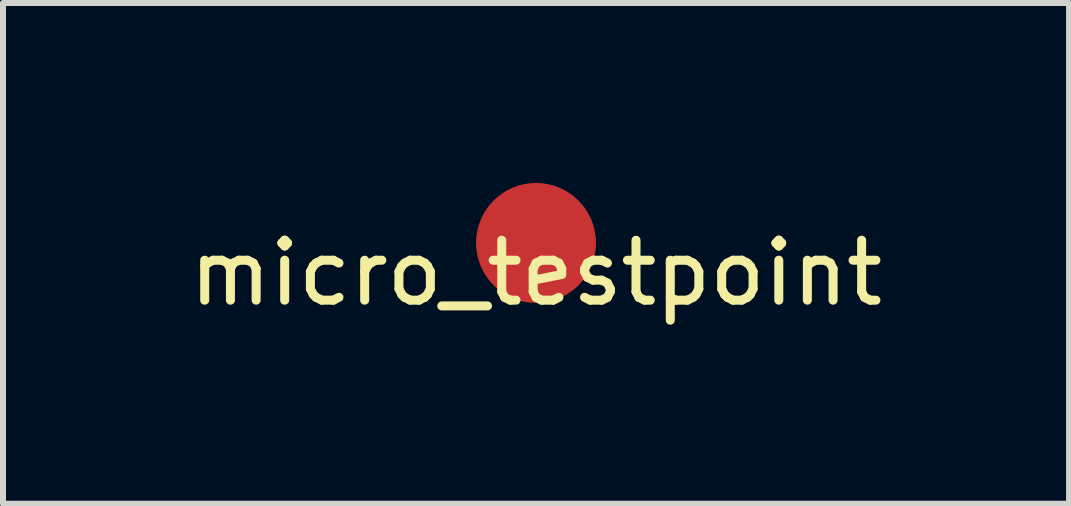
<source format=kicad_pcb>
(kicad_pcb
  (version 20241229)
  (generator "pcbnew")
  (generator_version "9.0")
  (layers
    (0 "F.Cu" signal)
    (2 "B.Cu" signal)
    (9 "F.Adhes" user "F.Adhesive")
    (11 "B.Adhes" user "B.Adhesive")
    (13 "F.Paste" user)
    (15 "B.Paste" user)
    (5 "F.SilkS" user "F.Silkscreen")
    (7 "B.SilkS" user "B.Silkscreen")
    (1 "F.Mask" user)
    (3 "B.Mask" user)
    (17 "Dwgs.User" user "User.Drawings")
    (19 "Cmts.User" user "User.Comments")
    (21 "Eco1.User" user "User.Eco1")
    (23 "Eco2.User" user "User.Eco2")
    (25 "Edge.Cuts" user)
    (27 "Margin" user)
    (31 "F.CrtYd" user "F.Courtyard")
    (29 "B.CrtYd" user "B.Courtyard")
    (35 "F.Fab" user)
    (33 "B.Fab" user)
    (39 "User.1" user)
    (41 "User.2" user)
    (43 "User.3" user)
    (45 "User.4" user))
  (footprint "micro_testpoint"
    (layer "F.Cu")
    (at 5.887 1)
    (property "Reference" "micro_testpoint" (at 0 0.5 0) (layer "F.SilkS") (effects (font (size 1 1) (thickness 0.15))))
    (attr through_hole)
    (pad "1" smd circle (at 0 0) (size 2 2) (layers "F.Cu" "F.Mask" "F.Paste")))
  (gr_rect
    (start -3 -3)
    (end 14.774 5.348)
    (stroke (width 0.1) (type default))
    (fill no)
    (layer "Edge.Cuts")))
</source>
